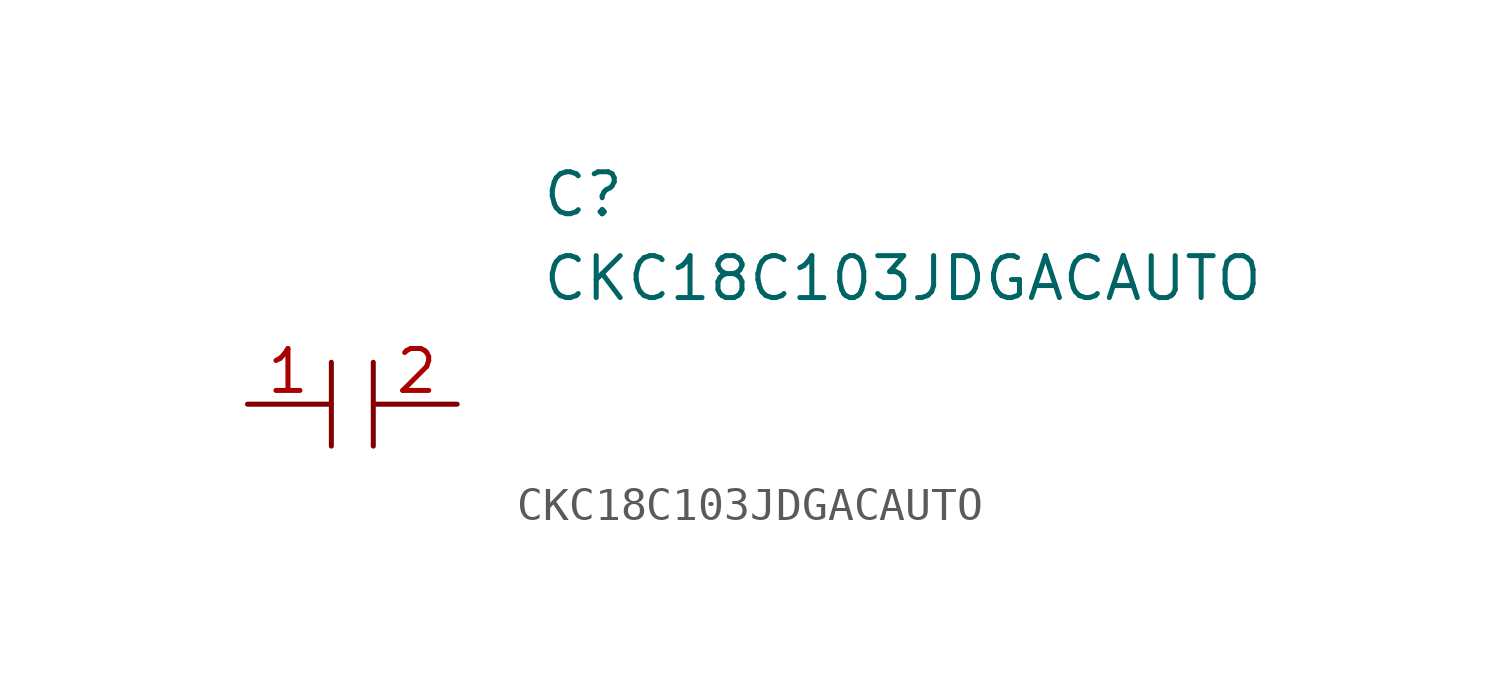
<source format=kicad_sym>
(kicad_symbol_lib
  (version 20211014)
  (generator kicad_symbol_editor)
  (symbol "CKC18C103JDGACAUTO"
    (pin_names
      (offset 0.762))
    (property "Reference" "C"
      (at 8.89 6.35 0)
      (effects (font (size 1.27 1.27)) (justify left)))
    (property "Value" "CKC18C103JDGACAUTO"
      (at 8.89 3.81 0)
      (effects (font (size 1.27 1.27)) (justify left)))
    (symbol "CKC18C103JDGACAUTO_0_0"
      (pin passive line (at 0 0 0) (length 2.45) (name "~" (effects (font (size 1.27 1.27)))) (number "1" (effects (font (size 1.27 1.27)))))
      (pin passive line (at 6.35 0 180) (length 2.45) (name "~" (effects (font (size 1.27 1.27)))) (number "2" (effects (font (size 1.27 1.27))))))
    (symbol "CKC18C103JDGACAUTO_0_1"
      (polyline (pts (xy 2.54 1.27) (xy 2.54 -1.27)) (stroke (width 0.152) (type default) (color 0 0 0 0)) (fill (type none)))
      (polyline (pts (xy 3.81 1.27) (xy 3.81 -1.27)) (stroke (width 0.152) (type default) (color 0 0 0 0)) (fill (type none))))))
</source>
